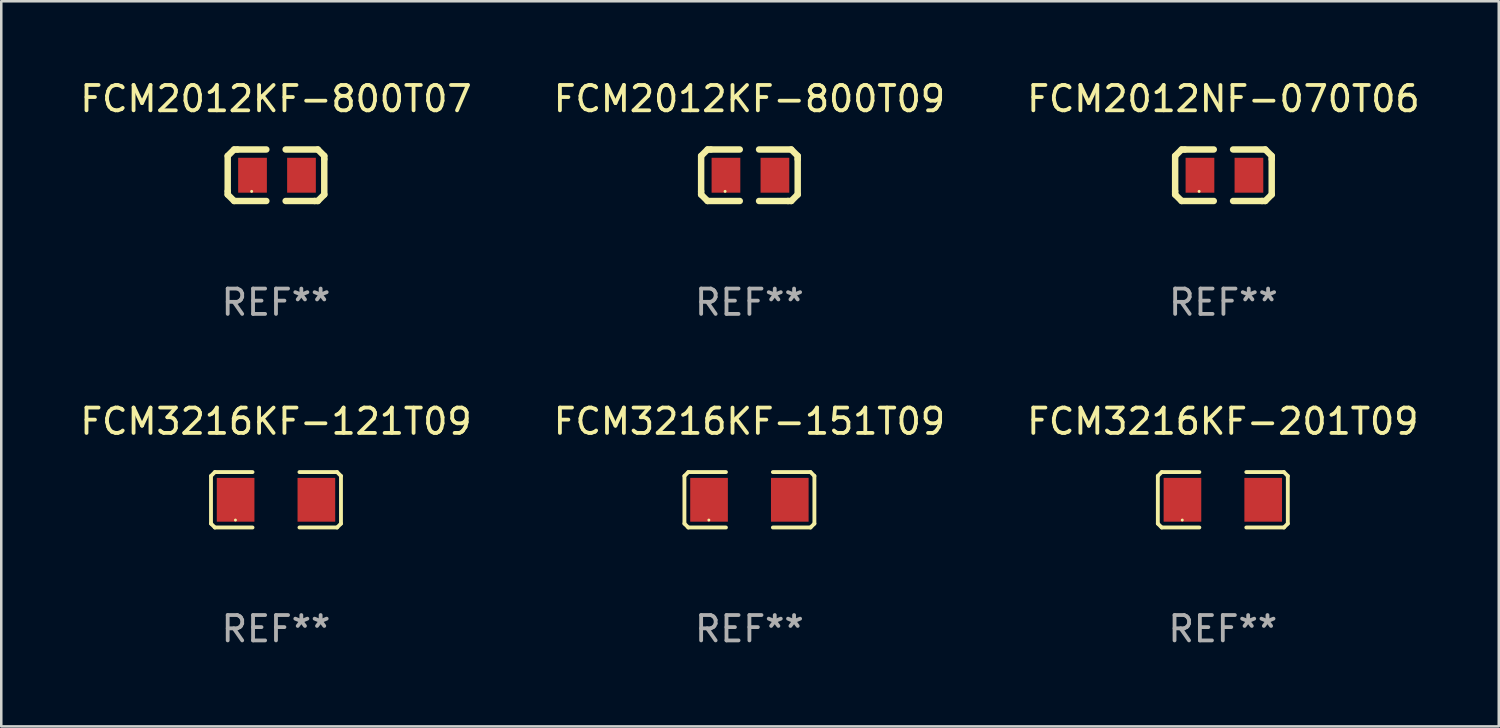
<source format=kicad_pcb>
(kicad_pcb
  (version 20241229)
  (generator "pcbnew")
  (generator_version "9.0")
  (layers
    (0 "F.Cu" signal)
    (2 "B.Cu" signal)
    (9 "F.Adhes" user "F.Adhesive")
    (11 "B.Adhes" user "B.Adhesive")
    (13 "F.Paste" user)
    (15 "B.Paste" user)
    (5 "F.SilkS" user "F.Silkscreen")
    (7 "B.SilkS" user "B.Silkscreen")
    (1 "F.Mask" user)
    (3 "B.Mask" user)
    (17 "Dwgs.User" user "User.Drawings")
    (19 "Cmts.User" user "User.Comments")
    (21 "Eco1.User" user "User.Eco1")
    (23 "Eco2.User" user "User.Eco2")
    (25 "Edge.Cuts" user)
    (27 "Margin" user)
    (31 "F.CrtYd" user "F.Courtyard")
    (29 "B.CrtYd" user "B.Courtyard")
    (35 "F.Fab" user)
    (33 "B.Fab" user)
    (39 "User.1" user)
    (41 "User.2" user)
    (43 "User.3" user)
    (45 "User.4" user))
  (footprint "FCM2012KF-800T09"
    (layer "F.Cu")
    (at 26.518 3.864)
    (property "Reference" "FCM2012KF-800T09" (at 0 -3.016 0) (layer "F.SilkS") (effects (font (size 1 1) (thickness 0.15))))
    (attr through_hole)
    (fp_line (start -1.905 -0.762) (end -1.905 0.635) (stroke (width 0.254) (type solid)) (layer "F.SilkS"))
    (fp_line (start -1.905 0.635) (end -1.905 0.762) (stroke (width 0.254) (type solid)) (layer "F.SilkS"))
    (fp_line (start -1.905 0.762) (end -1.651 1.016) (stroke (width 0.254) (type solid)) (layer "F.SilkS"))
    (fp_line (start -1.651 -1.016) (end -1.905 -0.762) (stroke (width 0.254) (type solid)) (layer "F.SilkS"))
    (fp_line (start -1.651 1.016) (end -0.381 1.016) (stroke (width 0.254) (type solid)) (layer "F.SilkS"))
    (fp_line (start -1.524 -1.016) (end -1.651 -1.016) (stroke (width 0.254) (type solid)) (layer "F.SilkS"))
    (fp_line (start -0.381 -1.016) (end -1.524 -1.016) (stroke (width 0.254) (type solid)) (layer "F.SilkS"))
    (fp_line (start 0.381 1.016) (end 1.524 1.016) (stroke (width 0.254) (type solid)) (layer "F.SilkS"))
    (fp_line (start 1.524 1.016) (end 1.651 1.016) (stroke (width 0.254) (type solid)) (layer "F.SilkS"))
    (fp_line (start 1.651 -1.016) (end 0.381 -1.016) (stroke (width 0.254) (type solid)) (layer "F.SilkS"))
    (fp_line (start 1.651 1.016) (end 1.905 0.762) (stroke (width 0.254) (type solid)) (layer "F.SilkS"))
    (fp_line (start 1.905 -0.762) (end 1.651 -1.016) (stroke (width 0.254) (type solid)) (layer "F.SilkS"))
    (fp_line (start 1.905 -0.635) (end 1.905 -0.762) (stroke (width 0.254) (type solid)) (layer "F.SilkS"))
    (fp_line (start 1.905 0.762) (end 1.905 -0.635) (stroke (width 0.254) (type solid)) (layer "F.SilkS"))
    (fp_circle (center -0.96 0.637) (end -0.93 0.637) (stroke (width 0.06) (type solid)) (fill no) (layer "F.SilkS"))
    (fp_text user "REF**" (at 0 5.016 0) (layer "F.Fab") (effects (font (size 1 1) (thickness 0.15))))
    (pad "1" smd rect (at -0.926 -0.000051) (size 1.133 1.377) (layers "F.Cu" "F.Mask" "F.Paste"))
    (pad "2" smd rect (at 1.006 -0.000051) (size 1.133 1.377) (layers "F.Cu" "F.Mask" "F.Paste")))
  (footprint "FCM3216KF-121T09"
    (layer "F.Cu")
    (at 7.839 16.669)
    (property "Reference" "FCM3216KF-121T09" (at 0 -3.093 0) (layer "F.SilkS") (effects (font (size 1 1) (thickness 0.15))))
    (attr through_hole)
    (fp_line (start -2.564 -0.94) (end -2.411 -1.093) (stroke (width 0.152) (type solid)) (layer "F.SilkS"))
    (fp_line (start -2.564 0.94) (end -2.564 -0.94) (stroke (width 0.152) (type solid)) (layer "F.SilkS"))
    (fp_line (start -2.411 -1.093) (end -0.926 -1.093) (stroke (width 0.152) (type solid)) (layer "F.SilkS"))
    (fp_line (start -2.411 1.093) (end -2.564 0.94) (stroke (width 0.152) (type solid)) (layer "F.SilkS"))
    (fp_line (start -0.926 1.093) (end -2.411 1.093) (stroke (width 0.152) (type solid)) (layer "F.SilkS"))
    (fp_line (start 0.926 1.093) (end 2.411 1.093) (stroke (width 0.152) (type solid)) (layer "F.SilkS"))
    (fp_line (start 2.411 -1.093) (end 0.926 -1.093) (stroke (width 0.152) (type solid)) (layer "F.SilkS"))
    (fp_line (start 2.411 1.093) (end 2.564 0.94) (stroke (width 0.152) (type solid)) (layer "F.SilkS"))
    (fp_line (start 2.564 -0.94) (end 2.411 -1.093) (stroke (width 0.152) (type solid)) (layer "F.SilkS"))
    (fp_line (start 2.564 0.94) (end 2.564 -0.94) (stroke (width 0.152) (type solid)) (layer "F.SilkS"))
    (fp_circle (center -1.6 0.8) (end -1.57 0.8) (stroke (width 0.06) (type solid)) (fill no) (layer "F.SilkS"))
    (fp_text user "REF**" (at 0 5.093 0) (layer "F.Fab") (effects (font (size 1 1) (thickness 0.15))))
    (pad "1" smd rect (at -1.593 0) (size 1.485 1.728) (layers "F.Cu" "F.Mask" "F.Paste"))
    (pad "2" smd rect (at 1.593 0) (size 1.485 1.728) (layers "F.Cu" "F.Mask" "F.Paste")))
  (footprint "FCM3216KF-151T09"
    (layer "F.Cu")
    (at 26.518 16.669)
    (property "Reference" "FCM3216KF-151T09" (at 0 -3.093 0) (layer "F.SilkS") (effects (font (size 1 1) (thickness 0.15))))
    (attr through_hole)
    (fp_line (start -2.564 -0.94) (end -2.411 -1.093) (stroke (width 0.152) (type solid)) (layer "F.SilkS"))
    (fp_line (start -2.564 0.94) (end -2.564 -0.94) (stroke (width 0.152) (type solid)) (layer "F.SilkS"))
    (fp_line (start -2.411 -1.093) (end -0.926 -1.093) (stroke (width 0.152) (type solid)) (layer "F.SilkS"))
    (fp_line (start -2.411 1.093) (end -2.564 0.94) (stroke (width 0.152) (type solid)) (layer "F.SilkS"))
    (fp_line (start -0.926 1.093) (end -2.411 1.093) (stroke (width 0.152) (type solid)) (layer "F.SilkS"))
    (fp_line (start 0.926 1.093) (end 2.411 1.093) (stroke (width 0.152) (type solid)) (layer "F.SilkS"))
    (fp_line (start 2.411 -1.093) (end 0.926 -1.093) (stroke (width 0.152) (type solid)) (layer "F.SilkS"))
    (fp_line (start 2.411 1.093) (end 2.564 0.94) (stroke (width 0.152) (type solid)) (layer "F.SilkS"))
    (fp_line (start 2.564 -0.94) (end 2.411 -1.093) (stroke (width 0.152) (type solid)) (layer "F.SilkS"))
    (fp_line (start 2.564 0.94) (end 2.564 -0.94) (stroke (width 0.152) (type solid)) (layer "F.SilkS"))
    (fp_circle (center -1.6 0.8) (end -1.57 0.8) (stroke (width 0.06) (type solid)) (fill no) (layer "F.SilkS"))
    (fp_text user "REF**" (at 0 5.093 0) (layer "F.Fab") (effects (font (size 1 1) (thickness 0.15))))
    (pad "1" smd rect (at -1.593 0) (size 1.485 1.728) (layers "F.Cu" "F.Mask" "F.Paste"))
    (pad "2" smd rect (at 1.593 0) (size 1.485 1.728) (layers "F.Cu" "F.Mask" "F.Paste")))
  (footprint "FCM2012NF-070T06"
    (layer "F.Cu")
    (at 45.22 3.864)
    (property "Reference" "FCM2012NF-070T06" (at 0 -3.016 0) (layer "F.SilkS") (effects (font (size 1 1) (thickness 0.15))))
    (attr through_hole)
    (fp_line (start -1.905 -0.762) (end -1.905 0.635) (stroke (width 0.254) (type solid)) (layer "F.SilkS"))
    (fp_line (start -1.905 0.635) (end -1.905 0.762) (stroke (width 0.254) (type solid)) (layer "F.SilkS"))
    (fp_line (start -1.905 0.762) (end -1.651 1.016) (stroke (width 0.254) (type solid)) (layer "F.SilkS"))
    (fp_line (start -1.651 -1.016) (end -1.905 -0.762) (stroke (width 0.254) (type solid)) (layer "F.SilkS"))
    (fp_line (start -1.651 1.016) (end -0.381 1.016) (stroke (width 0.254) (type solid)) (layer "F.SilkS"))
    (fp_line (start -1.524 -1.016) (end -1.651 -1.016) (stroke (width 0.254) (type solid)) (layer "F.SilkS"))
    (fp_line (start -0.381 -1.016) (end -1.524 -1.016) (stroke (width 0.254) (type solid)) (layer "F.SilkS"))
    (fp_line (start 0.381 1.016) (end 1.524 1.016) (stroke (width 0.254) (type solid)) (layer "F.SilkS"))
    (fp_line (start 1.524 1.016) (end 1.651 1.016) (stroke (width 0.254) (type solid)) (layer "F.SilkS"))
    (fp_line (start 1.651 -1.016) (end 0.381 -1.016) (stroke (width 0.254) (type solid)) (layer "F.SilkS"))
    (fp_line (start 1.651 1.016) (end 1.905 0.762) (stroke (width 0.254) (type solid)) (layer "F.SilkS"))
    (fp_line (start 1.905 -0.762) (end 1.651 -1.016) (stroke (width 0.254) (type solid)) (layer "F.SilkS"))
    (fp_line (start 1.905 -0.635) (end 1.905 -0.762) (stroke (width 0.254) (type solid)) (layer "F.SilkS"))
    (fp_line (start 1.905 0.762) (end 1.905 -0.635) (stroke (width 0.254) (type solid)) (layer "F.SilkS"))
    (fp_circle (center -0.96 0.637) (end -0.93 0.637) (stroke (width 0.06) (type solid)) (fill no) (layer "F.SilkS"))
    (fp_text user "REF**" (at 0 5.016 0) (layer "F.Fab") (effects (font (size 1 1) (thickness 0.15))))
    (pad "1" smd rect (at -0.926 -0.000051) (size 1.133 1.377) (layers "F.Cu" "F.Mask" "F.Paste"))
    (pad "2" smd rect (at 1.006 -0.000051) (size 1.133 1.377) (layers "F.Cu" "F.Mask" "F.Paste")))
  (footprint "FCM2012KF-800T07"
    (layer "F.Cu")
    (at 7.839 3.864)
    (property "Reference" "FCM2012KF-800T07" (at 0 -3.016 0) (layer "F.SilkS") (effects (font (size 1 1) (thickness 0.15))))
    (attr through_hole)
    (fp_line (start -1.905 -0.762) (end -1.905 0.635) (stroke (width 0.254) (type solid)) (layer "F.SilkS"))
    (fp_line (start -1.905 0.635) (end -1.905 0.762) (stroke (width 0.254) (type solid)) (layer "F.SilkS"))
    (fp_line (start -1.905 0.762) (end -1.651 1.016) (stroke (width 0.254) (type solid)) (layer "F.SilkS"))
    (fp_line (start -1.651 -1.016) (end -1.905 -0.762) (stroke (width 0.254) (type solid)) (layer "F.SilkS"))
    (fp_line (start -1.651 1.016) (end -0.381 1.016) (stroke (width 0.254) (type solid)) (layer "F.SilkS"))
    (fp_line (start -1.524 -1.016) (end -1.651 -1.016) (stroke (width 0.254) (type solid)) (layer "F.SilkS"))
    (fp_line (start -0.381 -1.016) (end -1.524 -1.016) (stroke (width 0.254) (type solid)) (layer "F.SilkS"))
    (fp_line (start 0.381 1.016) (end 1.524 1.016) (stroke (width 0.254) (type solid)) (layer "F.SilkS"))
    (fp_line (start 1.524 1.016) (end 1.651 1.016) (stroke (width 0.254) (type solid)) (layer "F.SilkS"))
    (fp_line (start 1.651 -1.016) (end 0.381 -1.016) (stroke (width 0.254) (type solid)) (layer "F.SilkS"))
    (fp_line (start 1.651 1.016) (end 1.905 0.762) (stroke (width 0.254) (type solid)) (layer "F.SilkS"))
    (fp_line (start 1.905 -0.762) (end 1.651 -1.016) (stroke (width 0.254) (type solid)) (layer "F.SilkS"))
    (fp_line (start 1.905 -0.635) (end 1.905 -0.762) (stroke (width 0.254) (type solid)) (layer "F.SilkS"))
    (fp_line (start 1.905 0.762) (end 1.905 -0.635) (stroke (width 0.254) (type solid)) (layer "F.SilkS"))
    (fp_circle (center -0.96 0.637) (end -0.93 0.637) (stroke (width 0.06) (type solid)) (fill no) (layer "F.SilkS"))
    (fp_text user "REF**" (at 0 5.016 0) (layer "F.Fab") (effects (font (size 1 1) (thickness 0.15))))
    (pad "1" smd rect (at -0.926 -0.000051) (size 1.133 1.377) (layers "F.Cu" "F.Mask" "F.Paste"))
    (pad "2" smd rect (at 1.006 -0.000051) (size 1.133 1.377) (layers "F.Cu" "F.Mask" "F.Paste")))
  (footprint "FCM3216KF-201T09"
    (layer "F.Cu")
    (at 45.196 16.669)
    (property "Reference" "FCM3216KF-201T09" (at 0 -3.093 0) (layer "F.SilkS") (effects (font (size 1 1) (thickness 0.15))))
    (attr through_hole)
    (fp_line (start -2.564 -0.94) (end -2.411 -1.093) (stroke (width 0.152) (type solid)) (layer "F.SilkS"))
    (fp_line (start -2.564 0.94) (end -2.564 -0.94) (stroke (width 0.152) (type solid)) (layer "F.SilkS"))
    (fp_line (start -2.411 -1.093) (end -0.926 -1.093) (stroke (width 0.152) (type solid)) (layer "F.SilkS"))
    (fp_line (start -2.411 1.093) (end -2.564 0.94) (stroke (width 0.152) (type solid)) (layer "F.SilkS"))
    (fp_line (start -0.926 1.093) (end -2.411 1.093) (stroke (width 0.152) (type solid)) (layer "F.SilkS"))
    (fp_line (start 0.926 1.093) (end 2.411 1.093) (stroke (width 0.152) (type solid)) (layer "F.SilkS"))
    (fp_line (start 2.411 -1.093) (end 0.926 -1.093) (stroke (width 0.152) (type solid)) (layer "F.SilkS"))
    (fp_line (start 2.411 1.093) (end 2.564 0.94) (stroke (width 0.152) (type solid)) (layer "F.SilkS"))
    (fp_line (start 2.564 -0.94) (end 2.411 -1.093) (stroke (width 0.152) (type solid)) (layer "F.SilkS"))
    (fp_line (start 2.564 0.94) (end 2.564 -0.94) (stroke (width 0.152) (type solid)) (layer "F.SilkS"))
    (fp_circle (center -1.6 0.8) (end -1.57 0.8) (stroke (width 0.06) (type solid)) (fill no) (layer "F.SilkS"))
    (fp_text user "REF**" (at 0 5.093 0) (layer "F.Fab") (effects (font (size 1 1) (thickness 0.15))))
    (pad "1" smd rect (at -1.593 0) (size 1.485 1.728) (layers "F.Cu" "F.Mask" "F.Paste"))
    (pad "2" smd rect (at 1.593 0) (size 1.485 1.728) (layers "F.Cu" "F.Mask" "F.Paste")))
  (gr_rect
    (start -3 -3)
    (end 56.083 25.61)
    (stroke (width 0.1) (type default))
    (fill no)
    (layer "Edge.Cuts")))
</source>
